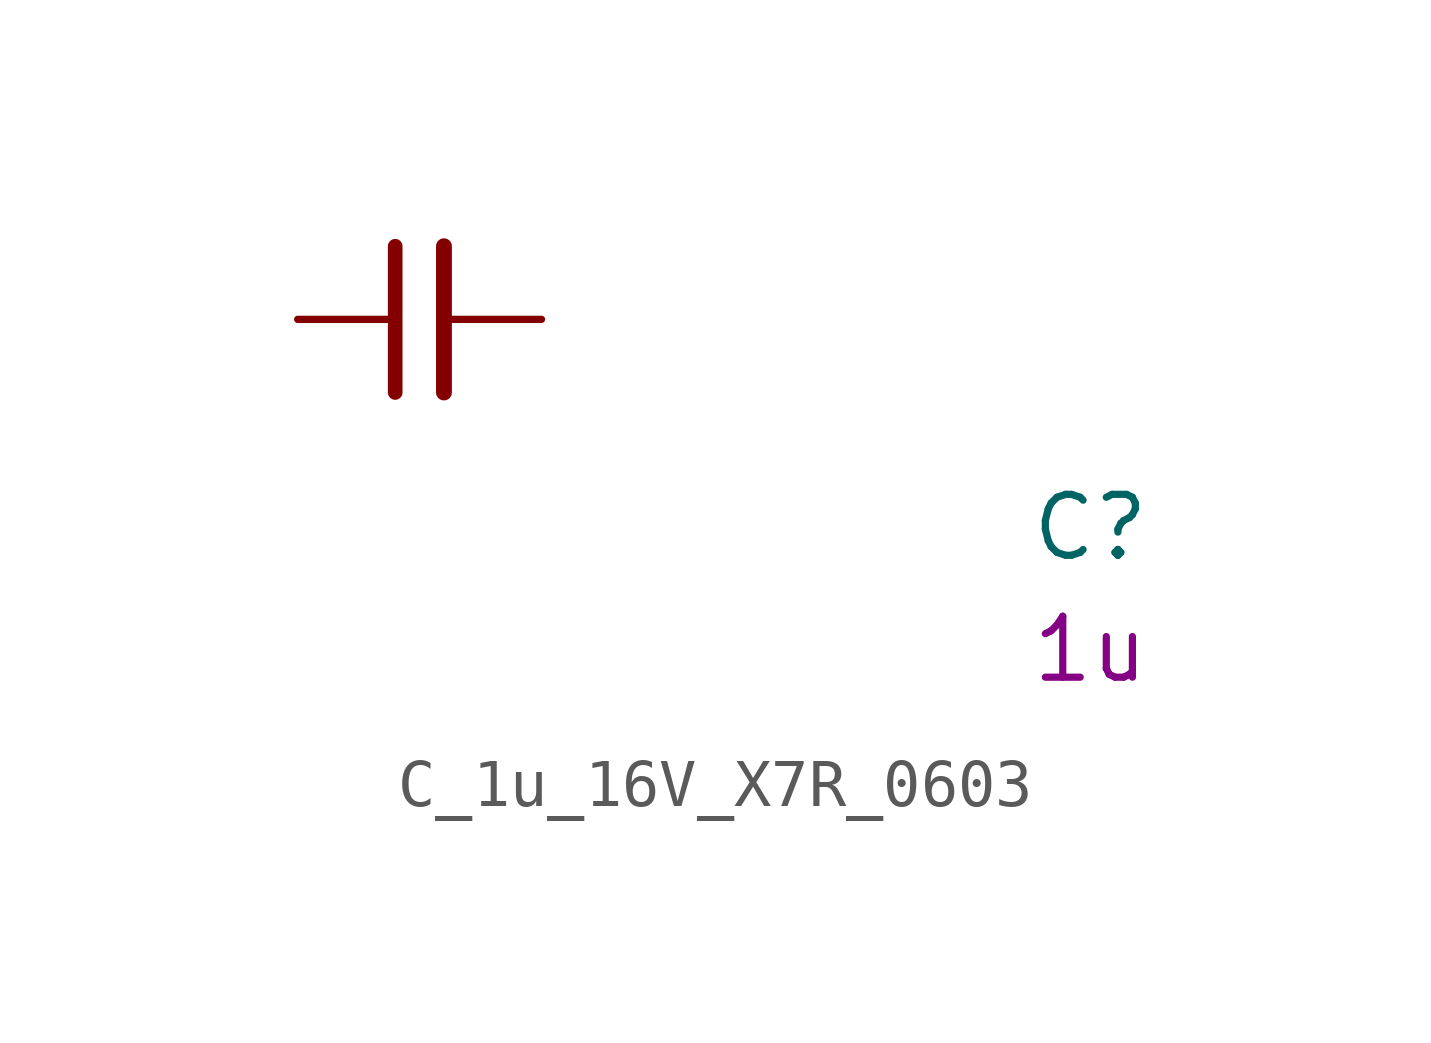
<source format=kicad_sym>
(kicad_symbol_lib
  (version 20220914)
  (generator kicad_symbol_editor)
  (symbol "C_1u_16V_X7R_0603"
    (pin_numbers hide)
    (pin_names hide)
    (property "Reference" "C"
      (at 15.24 -5.08 0)
      (effects (font (size 1.27 1.27) (thickness 0.15)) (justify left bottom)))
    (property "Val" "1u"
      (at 15.24 -7.62 0)
      (effects (font (size 1.27 1.27) (thickness 0.15)) (justify left bottom)))
    (symbol "C_1u_16V_X7R_0603_0_1"
      (polyline (pts (xy 2.032 -1.524) (xy 2.032 1.524)) (stroke (width 0.305) (type default)) (fill (type none)))
      (polyline (pts (xy 3.048 -1.524) (xy 3.048 1.524)) (stroke (width 0.33) (type default)) (fill (type none))))
    (symbol "C_1u_16V_X7R_0603_1_1"
      (pin passive line (at 0 0 0) (length 2.032) (name "~" (effects (font (size 1.27 1.27)))) (number "1" (effects (font (size 1.27 1.27)))))
      (pin passive line (at 5.08 0 180) (length 2.032) (name "~" (effects (font (size 1.27 1.27)))) (number "2" (effects (font (size 1.27 1.27))))))))
</source>
